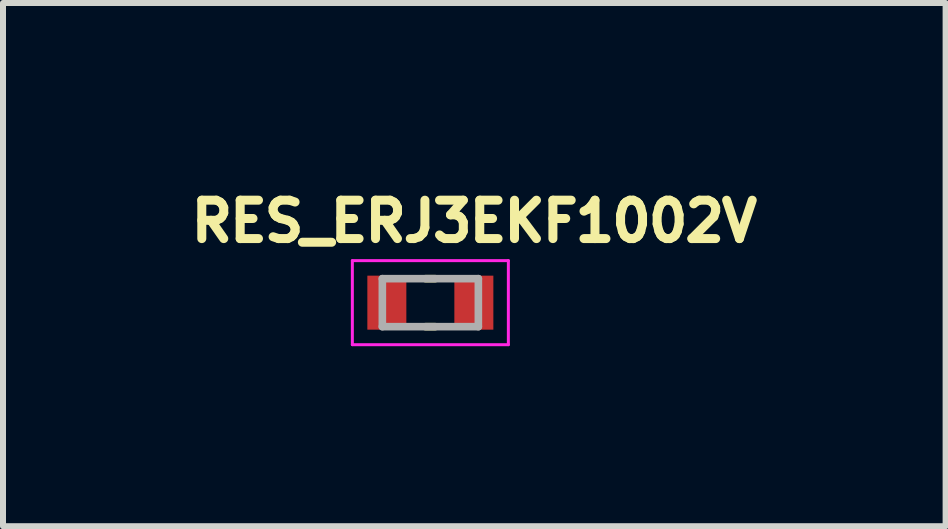
<source format=kicad_pcb>
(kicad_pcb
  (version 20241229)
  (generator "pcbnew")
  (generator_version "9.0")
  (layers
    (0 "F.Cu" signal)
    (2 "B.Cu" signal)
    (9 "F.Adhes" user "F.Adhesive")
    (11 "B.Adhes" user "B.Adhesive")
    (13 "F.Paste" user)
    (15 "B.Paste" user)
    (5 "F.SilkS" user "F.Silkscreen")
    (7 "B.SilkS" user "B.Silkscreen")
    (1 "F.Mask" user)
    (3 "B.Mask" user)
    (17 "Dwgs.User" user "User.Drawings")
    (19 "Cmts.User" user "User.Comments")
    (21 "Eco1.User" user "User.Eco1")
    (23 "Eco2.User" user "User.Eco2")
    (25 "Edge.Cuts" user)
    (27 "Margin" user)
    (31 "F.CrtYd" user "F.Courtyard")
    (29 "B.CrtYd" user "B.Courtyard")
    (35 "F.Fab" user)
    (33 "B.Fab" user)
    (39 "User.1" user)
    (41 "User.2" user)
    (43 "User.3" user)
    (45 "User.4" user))
  (footprint "RES_ERJ3EKF1002V"
    (layer "F.Cu")
    (at 4.122 1.994)
    (property "Reference" "RES_ERJ3EKF1002V" (at 0.732 -1.356 0) (layer "F.SilkS") (effects (font (size 0.64 0.64) (thickness 0.15))))
    (attr smd)
    (fp_line (start -0.08 -0.4) (end 0.08 -0.4) (stroke (width 0.127) (type solid)) (layer "F.SilkS"))
    (fp_line (start -0.08 0.4) (end 0.08 0.4) (stroke (width 0.127) (type solid)) (layer "F.SilkS"))
    (fp_line (start -1.3 -0.7) (end -1.3 0.7) (stroke (width 0.05) (type solid)) (layer "F.CrtYd"))
    (fp_line (start -1.3 0.7) (end 1.3 0.7) (stroke (width 0.05) (type solid)) (layer "F.CrtYd"))
    (fp_line (start 1.3 -0.7) (end -1.3 -0.7) (stroke (width 0.05) (type solid)) (layer "F.CrtYd"))
    (fp_line (start 1.3 0.7) (end 1.3 -0.7) (stroke (width 0.05) (type solid)) (layer "F.CrtYd"))
    (fp_line (start -0.8 -0.4) (end -0.8 0.4) (stroke (width 0.127) (type solid)) (layer "F.Fab"))
    (fp_line (start -0.8 -0.4) (end 0.8 -0.4) (stroke (width 0.127) (type solid)) (layer "F.Fab"))
    (fp_line (start -0.8 0.4) (end 0.8 0.4) (stroke (width 0.127) (type solid)) (layer "F.Fab"))
    (fp_line (start 0.8 -0.4) (end 0.8 0.4) (stroke (width 0.127) (type solid)) (layer "F.Fab"))
    (pad "1" smd rect (at -0.725 0) (size 0.65 0.9) (layers "F.Cu" "F.Mask" "F.Paste"))
    (pad "2" smd rect (at 0.725 0) (size 0.65 0.9) (layers "F.Cu" "F.Mask" "F.Paste")))
  (gr_rect
    (start -3 -3)
    (end 12.709 5.719)
    (stroke (width 0.1) (type default))
    (fill no)
    (layer "Edge.Cuts")))
</source>
